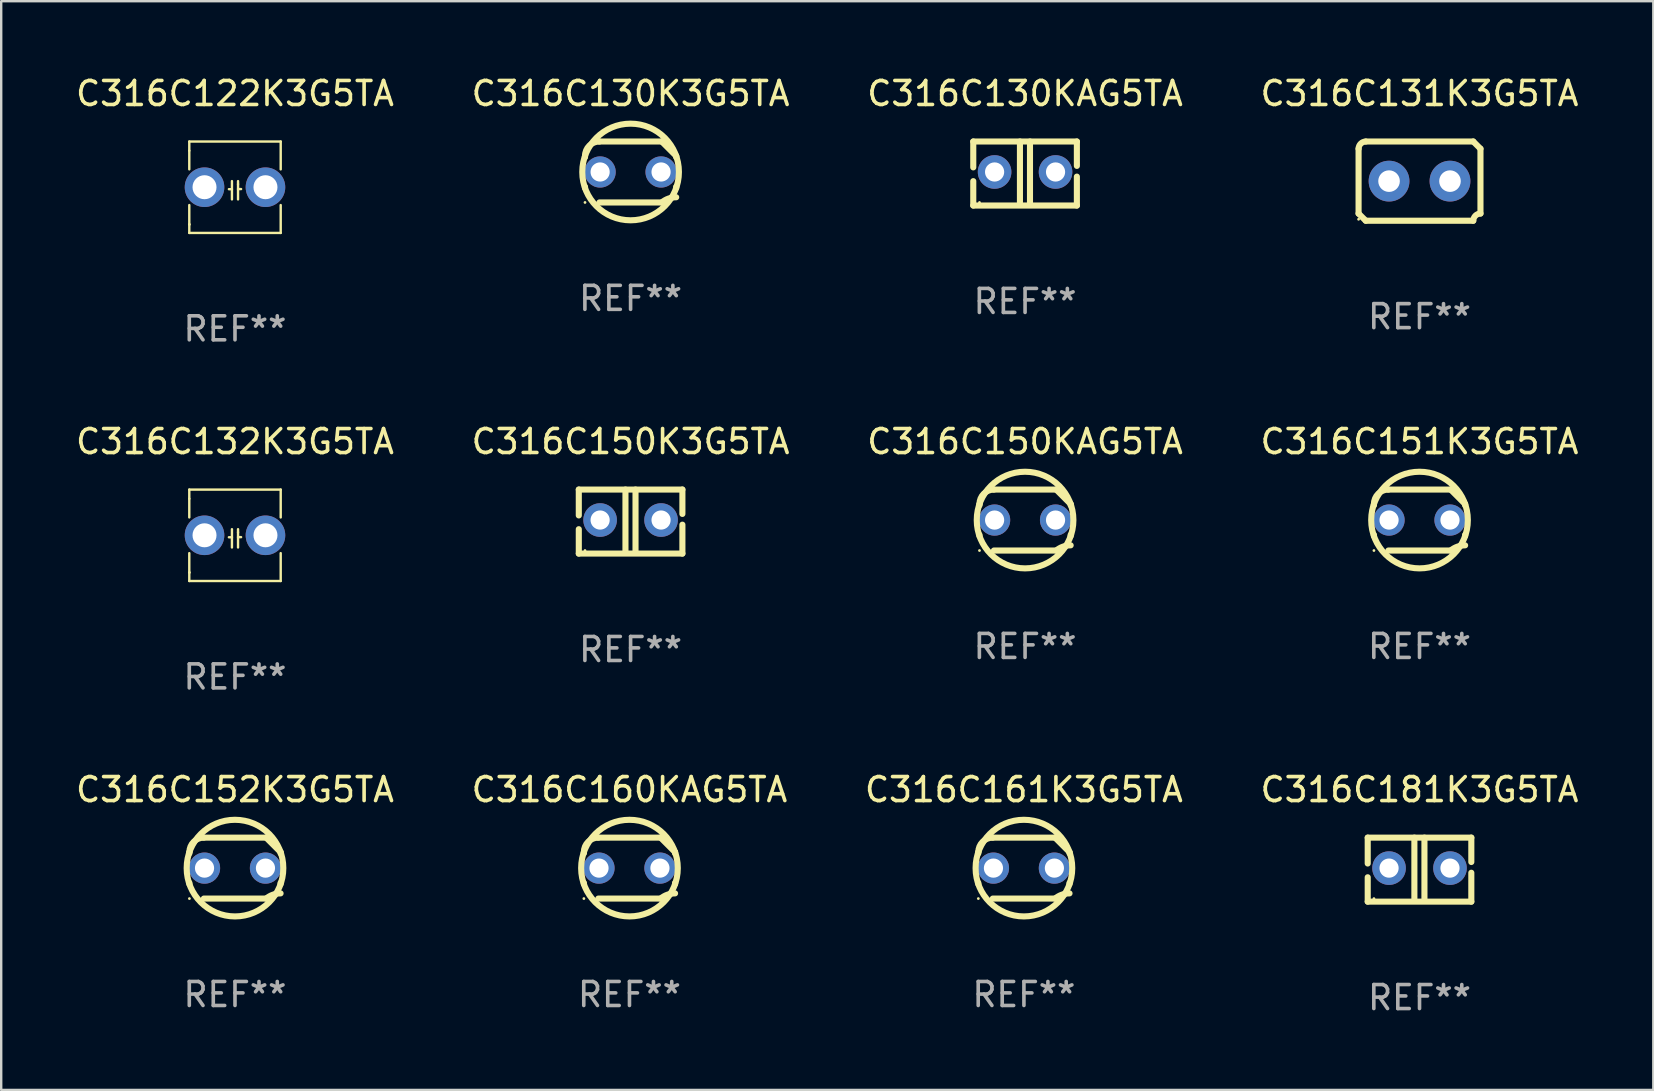
<source format=kicad_pcb>
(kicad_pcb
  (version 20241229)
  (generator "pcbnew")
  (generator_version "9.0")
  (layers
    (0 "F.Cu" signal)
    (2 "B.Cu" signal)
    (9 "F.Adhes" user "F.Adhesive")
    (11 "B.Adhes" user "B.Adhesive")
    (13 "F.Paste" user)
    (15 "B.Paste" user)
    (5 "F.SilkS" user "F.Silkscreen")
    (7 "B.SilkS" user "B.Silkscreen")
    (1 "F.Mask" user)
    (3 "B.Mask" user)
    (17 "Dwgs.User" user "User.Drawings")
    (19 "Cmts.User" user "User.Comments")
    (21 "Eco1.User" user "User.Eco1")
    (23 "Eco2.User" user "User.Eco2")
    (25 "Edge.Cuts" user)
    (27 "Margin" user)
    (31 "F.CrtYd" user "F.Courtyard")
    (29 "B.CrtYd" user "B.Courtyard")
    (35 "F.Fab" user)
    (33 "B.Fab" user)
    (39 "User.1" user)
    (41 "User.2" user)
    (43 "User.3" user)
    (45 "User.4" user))
  (footprint "C316C131K3G5TA"
    (layer "F.Cu")
    (at 56.113 4.499)
    (property "Reference" "C316C131K3G5TA" (at 0 -3.651 0) (layer "F.SilkS") (effects (font (size 1 1) (thickness 0.15))))
    (attr through_hole)
    (fp_line (start -2.54 -1.351) (end -2.54 1.351) (stroke (width 0.254) (type solid)) (layer "F.SilkS"))
    (fp_line (start -2.24 -1.651) (end 2.24 -1.651) (stroke (width 0.254) (type solid)) (layer "F.SilkS"))
    (fp_line (start 2.24 1.651) (end -2.24 1.651) (stroke (width 0.254) (type solid)) (layer "F.SilkS"))
    (fp_line (start 2.54 1.351) (end 2.54 -1.351) (stroke (width 0.254) (type solid)) (layer "F.SilkS"))
    (fp_arc (start -2.540005 -1.351283) (mid -2.450115 -1.561309) (end -2.240005 -1.651003) (stroke (width 0.254001) (type solid)) (layer "F.SilkS"))
    (fp_arc (start -2.240287 1.651001) (mid -2.390163 1.501019) (end -2.540005 1.351003) (stroke (width 0.254001) (type solid)) (layer "F.SilkS"))
    (fp_arc (start 2.240005 1.651003) (mid 2.329934 1.441015) (end 2.540005 1.351282) (stroke (width 0.254001) (type solid)) (layer "F.SilkS"))
    (fp_arc (start 2.540005 -1.351003) (mid 2.389393 -1.500252) (end 2.240284 -1.651003) (stroke (width 0.254001) (type solid)) (layer "F.SilkS"))
    (fp_circle (center -2.54 1.59) (end -2.51 1.59) (stroke (width 0.06) (type solid)) (fill no) (layer "F.SilkS"))
    (fp_text user "REF**" (at 0 5.651 0) (layer "F.Fab") (effects (font (size 1 1) (thickness 0.15))))
    (pad "1" thru_hole circle (at -1.27 0) (size 1.7 1.7) (drill 0.9) (layers "*.Cu" "*.Mask"))
    (pad "2" thru_hole circle (at 1.27 0) (size 1.7 1.7) (drill 0.9) (layers "*.Cu" "*.Mask")))
  (footprint "C316C161K3G5TA"
    (layer "F.Cu")
    (at 39.625 33.131)
    (property "Reference" "C316C161K3G5TA" (at 0 -3.27 0) (layer "F.SilkS") (effects (font (size 1 1) (thickness 0.15))))
    (attr through_hole)
    (fp_line (start -1.9 -0.615) (end -1.9 -0.668) (stroke (width 0.254) (type solid)) (layer "F.SilkS"))
    (fp_line (start -1.9 0.668) (end -1.9 0.615) (stroke (width 0.254) (type solid)) (layer "F.SilkS"))
    (fp_line (start -1.298 1.27) (end 1.298 1.27) (stroke (width 0.254) (type solid)) (layer "F.SilkS"))
    (fp_line (start -1.298 -1.27) (end 1.298 -1.27) (stroke (width 0.254) (type solid)) (layer "F.SilkS"))
    (fp_line (start 1.9 -0.668) (end 1.9 -0.615) (stroke (width 0.254) (type solid)) (layer "F.SilkS"))
    (fp_line (start 1.9 0.615) (end 1.9 0.668) (stroke (width 0.254) (type solid)) (layer "F.SilkS"))
    (fp_arc (start -1.900025 0.667602) (mid 1.900003 -0.66758) (end -1.900025 0.667602) (stroke (width 0.254001) (type solid)) (layer "F.SilkS"))
    (fp_arc (start -1.9 -0.667602) (mid -1.723557 -1.093572) (end -1.297587 -1.270015) (stroke (width 0.254001) (type solid)) (layer "F.SilkS"))
    (fp_arc (start 1.297587 1.26999) (mid 1.579878 1.109027) (end 1.9 1.053172) (stroke (width 0.254001) (type solid)) (layer "F.SilkS"))
    (fp_arc (start 1.297611 -1.270042) (mid 1.598991 -0.969008) (end 1.900025 -0.667628) (stroke (width 0.254001) (type solid)) (layer "F.SilkS"))
    (fp_circle (center -1.9 1.27) (end -1.87 1.27) (stroke (width 0.06) (type solid)) (fill no) (layer "F.SilkS"))
    (fp_text user "REF**" (at 0 5.27 0) (layer "F.Fab") (effects (font (size 1 1) (thickness 0.15))))
    (pad "1" thru_hole circle (at -1.27 -0.000013) (size 1.3 1.3) (drill 0.8) (layers "*.Cu" "*.Mask"))
    (pad "2" thru_hole circle (at 1.27 -0.000013) (size 1.3 1.3) (drill 0.8) (layers "*.Cu" "*.Mask")))
  (footprint "C316C132K3G5TA"
    (layer "F.Cu")
    (at 6.744 19.26)
    (property "Reference" "C316C132K3G5TA" (at 0 -3.905 0) (layer "F.SilkS") (effects (font (size 1 1) (thickness 0.15))))
    (attr through_hole)
    (fp_line (start -1.905 -1.905) (end -1.905 -1.524) (stroke (width 0.1) (type solid)) (layer "F.SilkS"))
    (fp_line (start -1.905 -1.524) (end -1.905 -0.745) (stroke (width 0.1) (type solid)) (layer "F.SilkS"))
    (fp_line (start -1.905 0.744) (end -1.905 1.905) (stroke (width 0.1) (type solid)) (layer "F.SilkS"))
    (fp_line (start -1.905 1.905) (end 1.905 1.905) (stroke (width 0.1) (type solid)) (layer "F.SilkS"))
    (fp_line (start -0.127 -0.254) (end -0.127 0.508) (stroke (width 0.1) (type solid)) (layer "F.SilkS"))
    (fp_line (start -0.127 0.082) (end -0.254 0.082) (stroke (width 0.1) (type solid)) (layer "F.SilkS"))
    (fp_line (start 0.127 -0.127) (end 0.127 -0.254) (stroke (width 0.1) (type solid)) (layer "F.SilkS"))
    (fp_line (start 0.127 -0.127) (end 0.127 0.508) (stroke (width 0.1) (type solid)) (layer "F.SilkS"))
    (fp_line (start 0.127 0.077) (end 0.254 0.077) (stroke (width 0.1) (type solid)) (layer "F.SilkS"))
    (fp_line (start 1.905 -1.905) (end -1.905 -1.905) (stroke (width 0.1) (type solid)) (layer "F.SilkS"))
    (fp_line (start 1.905 -0.744) (end 1.905 -1.905) (stroke (width 0.1) (type solid)) (layer "F.SilkS"))
    (fp_line (start 1.905 1.905) (end 1.905 0.744) (stroke (width 0.1) (type solid)) (layer "F.SilkS"))
    (fp_circle (center -1.9 1.55) (end -1.87 1.55) (stroke (width 0.06) (type solid)) (fill no) (layer "F.SilkS"))
    (fp_text user "REF**" (at 0 5.905 0) (layer "F.Fab") (effects (font (size 1 1) (thickness 0.15))))
    (pad "1" thru_hole circle (at -1.27 0) (size 1.65 1.65) (drill 1) (layers "*.Cu" "*.Mask"))
    (pad "2" thru_hole circle (at 1.27 0) (size 1.65 1.65) (drill 1) (layers "*.Cu" "*.Mask")))
  (footprint "C316C130KAG5TA"
    (layer "F.Cu")
    (at 39.673 4.182)
    (property "Reference" "C316C130KAG5TA" (at 0 -3.334 0) (layer "F.SilkS") (effects (font (size 1 1) (thickness 0.15))))
    (attr through_hole)
    (fp_line (start -2.159 -1.334) (end 2.159 -1.334) (stroke (width 0.254) (type solid)) (layer "F.SilkS"))
    (fp_line (start -2.159 -0.256) (end -2.159 -1.334) (stroke (width 0.254) (type solid)) (layer "F.SilkS"))
    (fp_line (start -2.159 1.334) (end -2.159 0.318) (stroke (width 0.254) (type solid)) (layer "F.SilkS"))
    (fp_line (start -0.214 -1.334) (end -0.214 1.207) (stroke (width 0.254) (type solid)) (layer "F.SilkS"))
    (fp_line (start 0.205 -1.334) (end 0.205 1.207) (stroke (width 0.254) (type solid)) (layer "F.SilkS"))
    (fp_line (start 2.159 -1.334) (end 2.159 -0.318) (stroke (width 0.254) (type solid)) (layer "F.SilkS"))
    (fp_line (start 2.159 0.129) (end 2.159 1.334) (stroke (width 0.254) (type solid)) (layer "F.SilkS"))
    (fp_line (start 2.159 1.334) (end -2.159 1.334) (stroke (width 0.254) (type solid)) (layer "F.SilkS"))
    (fp_circle (center -1.9 1.207) (end -1.87 1.207) (stroke (width 0.06) (type solid)) (fill no) (layer "F.SilkS"))
    (fp_text user "REF**" (at 0 5.334 0) (layer "F.Fab") (effects (font (size 1 1) (thickness 0.15))))
    (pad "1" thru_hole circle (at -1.27 -0.064) (size 1.4 1.4) (drill 0.8) (layers "*.Cu" "*.Mask"))
    (pad "2" thru_hole circle (at 1.27 -0.064) (size 1.4 1.4) (drill 0.8) (layers "*.Cu" "*.Mask")))
  (footprint "C316C160KAG5TA"
    (layer "F.Cu")
    (at 23.185 33.131)
    (property "Reference" "C316C160KAG5TA" (at 0 -3.27 0) (layer "F.SilkS") (effects (font (size 1 1) (thickness 0.15))))
    (attr through_hole)
    (fp_line (start -1.9 -0.615) (end -1.9 -0.668) (stroke (width 0.254) (type solid)) (layer "F.SilkS"))
    (fp_line (start -1.9 0.668) (end -1.9 0.615) (stroke (width 0.254) (type solid)) (layer "F.SilkS"))
    (fp_line (start -1.298 1.27) (end 1.298 1.27) (stroke (width 0.254) (type solid)) (layer "F.SilkS"))
    (fp_line (start -1.298 -1.27) (end 1.298 -1.27) (stroke (width 0.254) (type solid)) (layer "F.SilkS"))
    (fp_line (start 1.9 -0.668) (end 1.9 -0.615) (stroke (width 0.254) (type solid)) (layer "F.SilkS"))
    (fp_line (start 1.9 0.615) (end 1.9 0.668) (stroke (width 0.254) (type solid)) (layer "F.SilkS"))
    (fp_arc (start -1.900025 0.667602) (mid 1.900003 -0.66758) (end -1.900025 0.667602) (stroke (width 0.254001) (type solid)) (layer "F.SilkS"))
    (fp_arc (start -1.9 -0.667602) (mid -1.723557 -1.093572) (end -1.297587 -1.270015) (stroke (width 0.254001) (type solid)) (layer "F.SilkS"))
    (fp_arc (start 1.297587 1.26999) (mid 1.579878 1.109027) (end 1.9 1.053172) (stroke (width 0.254001) (type solid)) (layer "F.SilkS"))
    (fp_arc (start 1.297611 -1.270042) (mid 1.598991 -0.969008) (end 1.900025 -0.667628) (stroke (width 0.254001) (type solid)) (layer "F.SilkS"))
    (fp_circle (center -1.9 1.27) (end -1.87 1.27) (stroke (width 0.06) (type solid)) (fill no) (layer "F.SilkS"))
    (fp_text user "REF**" (at 0 5.27 0) (layer "F.Fab") (effects (font (size 1 1) (thickness 0.15))))
    (pad "1" thru_hole circle (at -1.27 -0.000013) (size 1.3 1.3) (drill 0.8) (layers "*.Cu" "*.Mask"))
    (pad "2" thru_hole circle (at 1.27 -0.000013) (size 1.3 1.3) (drill 0.8) (layers "*.Cu" "*.Mask")))
  (footprint "C316C181K3G5TA"
    (layer "F.Cu")
    (at 56.113 33.195)
    (property "Reference" "C316C181K3G5TA" (at 0 -3.334 0) (layer "F.SilkS") (effects (font (size 1 1) (thickness 0.15))))
    (attr through_hole)
    (fp_line (start -2.159 -1.334) (end 2.159 -1.334) (stroke (width 0.254) (type solid)) (layer "F.SilkS"))
    (fp_line (start -2.159 -0.256) (end -2.159 -1.334) (stroke (width 0.254) (type solid)) (layer "F.SilkS"))
    (fp_line (start -2.159 1.334) (end -2.159 0.318) (stroke (width 0.254) (type solid)) (layer "F.SilkS"))
    (fp_line (start -0.214 -1.334) (end -0.214 1.207) (stroke (width 0.254) (type solid)) (layer "F.SilkS"))
    (fp_line (start 0.205 -1.334) (end 0.205 1.207) (stroke (width 0.254) (type solid)) (layer "F.SilkS"))
    (fp_line (start 2.159 -1.334) (end 2.159 -0.318) (stroke (width 0.254) (type solid)) (layer "F.SilkS"))
    (fp_line (start 2.159 0.129) (end 2.159 1.334) (stroke (width 0.254) (type solid)) (layer "F.SilkS"))
    (fp_line (start 2.159 1.334) (end -2.159 1.334) (stroke (width 0.254) (type solid)) (layer "F.SilkS"))
    (fp_circle (center -1.9 1.207) (end -1.87 1.207) (stroke (width 0.06) (type solid)) (fill no) (layer "F.SilkS"))
    (fp_text user "REF**" (at 0 5.334 0) (layer "F.Fab") (effects (font (size 1 1) (thickness 0.15))))
    (pad "1" thru_hole circle (at -1.27 -0.064) (size 1.4 1.4) (drill 0.8) (layers "*.Cu" "*.Mask"))
    (pad "2" thru_hole circle (at 1.27 -0.064) (size 1.4 1.4) (drill 0.8) (layers "*.Cu" "*.Mask")))
  (footprint "C316C150K3G5TA"
    (layer "F.Cu")
    (at 23.232 18.688)
    (property "Reference" "C316C150K3G5TA" (at 0 -3.334 0) (layer "F.SilkS") (effects (font (size 1 1) (thickness 0.15))))
    (attr through_hole)
    (fp_line (start -2.159 -1.334) (end 2.159 -1.334) (stroke (width 0.254) (type solid)) (layer "F.SilkS"))
    (fp_line (start -2.159 -0.256) (end -2.159 -1.334) (stroke (width 0.254) (type solid)) (layer "F.SilkS"))
    (fp_line (start -2.159 1.334) (end -2.159 0.318) (stroke (width 0.254) (type solid)) (layer "F.SilkS"))
    (fp_line (start -0.214 -1.334) (end -0.214 1.207) (stroke (width 0.254) (type solid)) (layer "F.SilkS"))
    (fp_line (start 0.205 -1.334) (end 0.205 1.207) (stroke (width 0.254) (type solid)) (layer "F.SilkS"))
    (fp_line (start 2.159 -1.334) (end 2.159 -0.318) (stroke (width 0.254) (type solid)) (layer "F.SilkS"))
    (fp_line (start 2.159 0.129) (end 2.159 1.334) (stroke (width 0.254) (type solid)) (layer "F.SilkS"))
    (fp_line (start 2.159 1.334) (end -2.159 1.334) (stroke (width 0.254) (type solid)) (layer "F.SilkS"))
    (fp_circle (center -1.9 1.207) (end -1.87 1.207) (stroke (width 0.06) (type solid)) (fill no) (layer "F.SilkS"))
    (fp_text user "REF**" (at 0 5.334 0) (layer "F.Fab") (effects (font (size 1 1) (thickness 0.15))))
    (pad "1" thru_hole circle (at -1.27 -0.064) (size 1.4 1.4) (drill 0.8) (layers "*.Cu" "*.Mask"))
    (pad "2" thru_hole circle (at 1.27 -0.064) (size 1.4 1.4) (drill 0.8) (layers "*.Cu" "*.Mask")))
  (footprint "C316C150KAG5TA"
    (layer "F.Cu")
    (at 39.673 18.625)
    (property "Reference" "C316C150KAG5TA" (at 0 -3.27 0) (layer "F.SilkS") (effects (font (size 1 1) (thickness 0.15))))
    (attr through_hole)
    (fp_line (start -1.9 -0.615) (end -1.9 -0.668) (stroke (width 0.254) (type solid)) (layer "F.SilkS"))
    (fp_line (start -1.9 0.668) (end -1.9 0.615) (stroke (width 0.254) (type solid)) (layer "F.SilkS"))
    (fp_line (start -1.298 1.27) (end 1.298 1.27) (stroke (width 0.254) (type solid)) (layer "F.SilkS"))
    (fp_line (start -1.298 -1.27) (end 1.298 -1.27) (stroke (width 0.254) (type solid)) (layer "F.SilkS"))
    (fp_line (start 1.9 -0.668) (end 1.9 -0.615) (stroke (width 0.254) (type solid)) (layer "F.SilkS"))
    (fp_line (start 1.9 0.615) (end 1.9 0.668) (stroke (width 0.254) (type solid)) (layer "F.SilkS"))
    (fp_arc (start -1.900025 0.667602) (mid 1.900003 -0.66758) (end -1.900025 0.667602) (stroke (width 0.254001) (type solid)) (layer "F.SilkS"))
    (fp_arc (start -1.9 -0.667602) (mid -1.723557 -1.093572) (end -1.297587 -1.270015) (stroke (width 0.254001) (type solid)) (layer "F.SilkS"))
    (fp_arc (start 1.297587 1.26999) (mid 1.579878 1.109027) (end 1.9 1.053172) (stroke (width 0.254001) (type solid)) (layer "F.SilkS"))
    (fp_arc (start 1.297611 -1.270042) (mid 1.598991 -0.969008) (end 1.900025 -0.667628) (stroke (width 0.254001) (type solid)) (layer "F.SilkS"))
    (fp_circle (center -1.9 1.27) (end -1.87 1.27) (stroke (width 0.06) (type solid)) (fill no) (layer "F.SilkS"))
    (fp_text user "REF**" (at 0 5.27 0) (layer "F.Fab") (effects (font (size 1 1) (thickness 0.15))))
    (pad "1" thru_hole circle (at -1.27 -0.000013) (size 1.3 1.3) (drill 0.8) (layers "*.Cu" "*.Mask"))
    (pad "2" thru_hole circle (at 1.27 -0.000013) (size 1.3 1.3) (drill 0.8) (layers "*.Cu" "*.Mask")))
  (footprint "C316C151K3G5TA"
    (layer "F.Cu")
    (at 56.113 18.625)
    (property "Reference" "C316C151K3G5TA" (at 0 -3.27 0) (layer "F.SilkS") (effects (font (size 1 1) (thickness 0.15))))
    (attr through_hole)
    (fp_line (start -1.9 -0.615) (end -1.9 -0.668) (stroke (width 0.254) (type solid)) (layer "F.SilkS"))
    (fp_line (start -1.9 0.668) (end -1.9 0.615) (stroke (width 0.254) (type solid)) (layer "F.SilkS"))
    (fp_line (start -1.298 1.27) (end 1.298 1.27) (stroke (width 0.254) (type solid)) (layer "F.SilkS"))
    (fp_line (start -1.298 -1.27) (end 1.298 -1.27) (stroke (width 0.254) (type solid)) (layer "F.SilkS"))
    (fp_line (start 1.9 -0.668) (end 1.9 -0.615) (stroke (width 0.254) (type solid)) (layer "F.SilkS"))
    (fp_line (start 1.9 0.615) (end 1.9 0.668) (stroke (width 0.254) (type solid)) (layer "F.SilkS"))
    (fp_arc (start -1.900025 0.667602) (mid 1.900003 -0.66758) (end -1.900025 0.667602) (stroke (width 0.254001) (type solid)) (layer "F.SilkS"))
    (fp_arc (start -1.9 -0.667602) (mid -1.723557 -1.093572) (end -1.297587 -1.270015) (stroke (width 0.254001) (type solid)) (layer "F.SilkS"))
    (fp_arc (start 1.297587 1.26999) (mid 1.579878 1.109027) (end 1.9 1.053172) (stroke (width 0.254001) (type solid)) (layer "F.SilkS"))
    (fp_arc (start 1.297611 -1.270042) (mid 1.598991 -0.969008) (end 1.900025 -0.667628) (stroke (width 0.254001) (type solid)) (layer "F.SilkS"))
    (fp_circle (center -1.9 1.27) (end -1.87 1.27) (stroke (width 0.06) (type solid)) (fill no) (layer "F.SilkS"))
    (fp_text user "REF**" (at 0 5.27 0) (layer "F.Fab") (effects (font (size 1 1) (thickness 0.15))))
    (pad "1" thru_hole circle (at -1.27 -0.000013) (size 1.3 1.3) (drill 0.8) (layers "*.Cu" "*.Mask"))
    (pad "2" thru_hole circle (at 1.27 -0.000013) (size 1.3 1.3) (drill 0.8) (layers "*.Cu" "*.Mask")))
  (footprint "C316C152K3G5TA"
    (layer "F.Cu")
    (at 6.744 33.131)
    (property "Reference" "C316C152K3G5TA" (at 0 -3.27 0) (layer "F.SilkS") (effects (font (size 1 1) (thickness 0.15))))
    (attr through_hole)
    (fp_line (start -1.9 -0.615) (end -1.9 -0.668) (stroke (width 0.254) (type solid)) (layer "F.SilkS"))
    (fp_line (start -1.9 0.668) (end -1.9 0.615) (stroke (width 0.254) (type solid)) (layer "F.SilkS"))
    (fp_line (start -1.298 1.27) (end 1.298 1.27) (stroke (width 0.254) (type solid)) (layer "F.SilkS"))
    (fp_line (start -1.298 -1.27) (end 1.298 -1.27) (stroke (width 0.254) (type solid)) (layer "F.SilkS"))
    (fp_line (start 1.9 -0.668) (end 1.9 -0.615) (stroke (width 0.254) (type solid)) (layer "F.SilkS"))
    (fp_line (start 1.9 0.615) (end 1.9 0.668) (stroke (width 0.254) (type solid)) (layer "F.SilkS"))
    (fp_arc (start -1.900025 0.667602) (mid 1.900003 -0.66758) (end -1.900025 0.667602) (stroke (width 0.254001) (type solid)) (layer "F.SilkS"))
    (fp_arc (start -1.9 -0.667602) (mid -1.723557 -1.093572) (end -1.297587 -1.270015) (stroke (width 0.254001) (type solid)) (layer "F.SilkS"))
    (fp_arc (start 1.297587 1.26999) (mid 1.579878 1.109027) (end 1.9 1.053172) (stroke (width 0.254001) (type solid)) (layer "F.SilkS"))
    (fp_arc (start 1.297611 -1.270042) (mid 1.598991 -0.969008) (end 1.900025 -0.667628) (stroke (width 0.254001) (type solid)) (layer "F.SilkS"))
    (fp_circle (center -1.9 1.27) (end -1.87 1.27) (stroke (width 0.06) (type solid)) (fill no) (layer "F.SilkS"))
    (fp_text user "REF**" (at 0 5.27 0) (layer "F.Fab") (effects (font (size 1 1) (thickness 0.15))))
    (pad "1" thru_hole circle (at -1.27 -0.000013) (size 1.3 1.3) (drill 0.8) (layers "*.Cu" "*.Mask"))
    (pad "2" thru_hole circle (at 1.27 -0.000013) (size 1.3 1.3) (drill 0.8) (layers "*.Cu" "*.Mask")))
  (footprint "C316C122K3G5TA"
    (layer "F.Cu")
    (at 6.744 4.753)
    (property "Reference" "C316C122K3G5TA" (at 0 -3.905 0) (layer "F.SilkS") (effects (font (size 1 1) (thickness 0.15))))
    (attr through_hole)
    (fp_line (start -1.905 -1.905) (end -1.905 -1.524) (stroke (width 0.1) (type solid)) (layer "F.SilkS"))
    (fp_line (start -1.905 -1.524) (end -1.905 -0.745) (stroke (width 0.1) (type solid)) (layer "F.SilkS"))
    (fp_line (start -1.905 0.744) (end -1.905 1.905) (stroke (width 0.1) (type solid)) (layer "F.SilkS"))
    (fp_line (start -1.905 1.905) (end 1.905 1.905) (stroke (width 0.1) (type solid)) (layer "F.SilkS"))
    (fp_line (start -0.127 -0.254) (end -0.127 0.508) (stroke (width 0.1) (type solid)) (layer "F.SilkS"))
    (fp_line (start -0.127 0.082) (end -0.254 0.082) (stroke (width 0.1) (type solid)) (layer "F.SilkS"))
    (fp_line (start 0.127 -0.127) (end 0.127 -0.254) (stroke (width 0.1) (type solid)) (layer "F.SilkS"))
    (fp_line (start 0.127 -0.127) (end 0.127 0.508) (stroke (width 0.1) (type solid)) (layer "F.SilkS"))
    (fp_line (start 0.127 0.077) (end 0.254 0.077) (stroke (width 0.1) (type solid)) (layer "F.SilkS"))
    (fp_line (start 1.905 -1.905) (end -1.905 -1.905) (stroke (width 0.1) (type solid)) (layer "F.SilkS"))
    (fp_line (start 1.905 -0.744) (end 1.905 -1.905) (stroke (width 0.1) (type solid)) (layer "F.SilkS"))
    (fp_line (start 1.905 1.905) (end 1.905 0.744) (stroke (width 0.1) (type solid)) (layer "F.SilkS"))
    (fp_circle (center -1.9 1.55) (end -1.87 1.55) (stroke (width 0.06) (type solid)) (fill no) (layer "F.SilkS"))
    (fp_text user "REF**" (at 0 5.905 0) (layer "F.Fab") (effects (font (size 1 1) (thickness 0.15))))
    (pad "1" thru_hole circle (at -1.27 0) (size 1.65 1.65) (drill 1) (layers "*.Cu" "*.Mask"))
    (pad "2" thru_hole circle (at 1.27 0) (size 1.65 1.65) (drill 1) (layers "*.Cu" "*.Mask")))
  (footprint "C316C130K3G5TA"
    (layer "F.Cu")
    (at 23.232 4.118)
    (property "Reference" "C316C130K3G5TA" (at 0 -3.27 0) (layer "F.SilkS") (effects (font (size 1 1) (thickness 0.15))))
    (attr through_hole)
    (fp_line (start -1.9 -0.615) (end -1.9 -0.668) (stroke (width 0.254) (type solid)) (layer "F.SilkS"))
    (fp_line (start -1.9 0.668) (end -1.9 0.615) (stroke (width 0.254) (type solid)) (layer "F.SilkS"))
    (fp_line (start -1.298 1.27) (end 1.298 1.27) (stroke (width 0.254) (type solid)) (layer "F.SilkS"))
    (fp_line (start -1.298 -1.27) (end 1.298 -1.27) (stroke (width 0.254) (type solid)) (layer "F.SilkS"))
    (fp_line (start 1.9 -0.668) (end 1.9 -0.615) (stroke (width 0.254) (type solid)) (layer "F.SilkS"))
    (fp_line (start 1.9 0.615) (end 1.9 0.668) (stroke (width 0.254) (type solid)) (layer "F.SilkS"))
    (fp_arc (start -1.900025 0.667602) (mid 1.900003 -0.66758) (end -1.900025 0.667602) (stroke (width 0.254001) (type solid)) (layer "F.SilkS"))
    (fp_arc (start -1.9 -0.667602) (mid -1.723557 -1.093572) (end -1.297587 -1.270015) (stroke (width 0.254001) (type solid)) (layer "F.SilkS"))
    (fp_arc (start 1.297587 1.26999) (mid 1.579878 1.109027) (end 1.9 1.053172) (stroke (width 0.254001) (type solid)) (layer "F.SilkS"))
    (fp_arc (start 1.297611 -1.270042) (mid 1.598991 -0.969008) (end 1.900025 -0.667628) (stroke (width 0.254001) (type solid)) (layer "F.SilkS"))
    (fp_circle (center -1.9 1.27) (end -1.87 1.27) (stroke (width 0.06) (type solid)) (fill no) (layer "F.SilkS"))
    (fp_text user "REF**" (at 0 5.27 0) (layer "F.Fab") (effects (font (size 1 1) (thickness 0.15))))
    (pad "1" thru_hole circle (at -1.27 -0.000013) (size 1.3 1.3) (drill 0.8) (layers "*.Cu" "*.Mask"))
    (pad "2" thru_hole circle (at 1.27 -0.000013) (size 1.3 1.3) (drill 0.8) (layers "*.Cu" "*.Mask")))
  (gr_rect
    (start -3 -3)
    (end 65.857 42.377)
    (stroke (width 0.1) (type default))
    (fill no)
    (layer "Edge.Cuts")))
</source>
